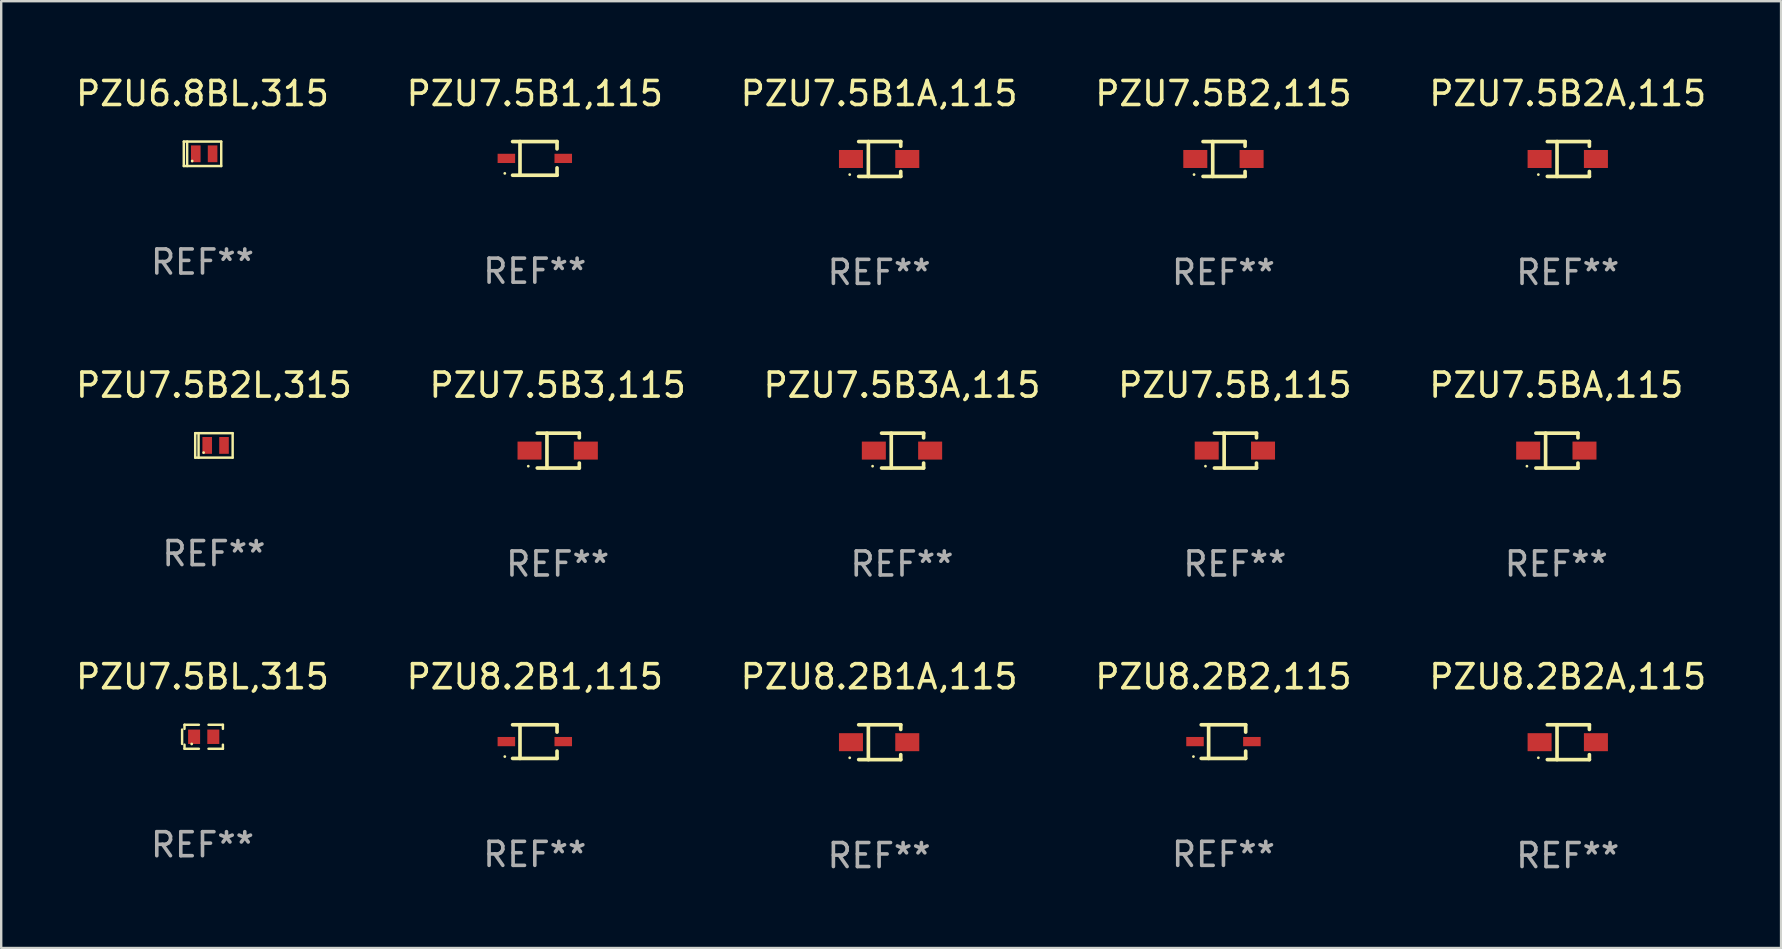
<source format=kicad_pcb>
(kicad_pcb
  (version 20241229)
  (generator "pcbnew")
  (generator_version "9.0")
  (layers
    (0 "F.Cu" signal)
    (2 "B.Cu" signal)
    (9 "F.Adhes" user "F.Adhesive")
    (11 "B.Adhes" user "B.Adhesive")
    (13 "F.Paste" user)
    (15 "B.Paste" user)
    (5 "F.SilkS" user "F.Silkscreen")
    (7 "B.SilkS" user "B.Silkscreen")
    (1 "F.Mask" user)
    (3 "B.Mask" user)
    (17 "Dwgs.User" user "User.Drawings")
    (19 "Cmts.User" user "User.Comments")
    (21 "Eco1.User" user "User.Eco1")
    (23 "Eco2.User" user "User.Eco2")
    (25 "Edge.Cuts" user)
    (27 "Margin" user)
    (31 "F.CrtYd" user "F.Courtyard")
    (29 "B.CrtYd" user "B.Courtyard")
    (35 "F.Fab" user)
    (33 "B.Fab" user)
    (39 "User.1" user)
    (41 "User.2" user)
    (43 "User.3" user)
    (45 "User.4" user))
  (footprint "PZU7.5B2A,115"
    (layer "F.Cu")
    (at 62.268 3.574)
    (property "Reference" "PZU7.5B2A,115" (at 0 -2.726 0) (layer "F.SilkS") (effects (font (size 1 1) (thickness 0.15))))
    (attr through_hole)
    (fp_line (start -0.851 -0.726) (end 0.901 -0.726) (stroke (width 0.152) (type solid)) (layer "F.SilkS"))
    (fp_line (start -0.851 0.726) (end 0.901 0.726) (stroke (width 0.152) (type solid)) (layer "F.SilkS"))
    (fp_line (start -0.447 -0.726) (end -0.447 0.726) (stroke (width 0.152) (type solid)) (layer "F.SilkS"))
    (fp_line (start 0.901 -0.726) (end 0.901 -0.53) (stroke (width 0.152) (type solid)) (layer "F.SilkS"))
    (fp_line (start 0.901 0.726) (end 0.901 0.52) (stroke (width 0.152) (type solid)) (layer "F.SilkS"))
    (fp_circle (center -1.225 0.65) (end -1.195 0.65) (stroke (width 0.06) (type solid)) (fill no) (layer "F.SilkS"))
    (fp_text user "REF**" (at 0 4.726 0) (layer "F.Fab") (effects (font (size 1 1) (thickness 0.15))))
    (pad "1" smd rect (at -1.173 0) (size 1 0.75) (layers "F.Cu" "F.Mask" "F.Paste"))
    (pad "2" smd rect (at 1.173 0) (size 1 0.75) (layers "F.Cu" "F.Mask" "F.Paste")))
  (footprint "PZU7.5B2L,315"
    (layer "F.Cu")
    (at 5.863 15.507)
    (property "Reference" "PZU7.5B2L,315" (at 0 -2.51 0) (layer "F.SilkS") (effects (font (size 1 1) (thickness 0.15))))
    (attr through_hole)
    (fp_line (start -0.78 -0.51) (end -0.78 0.51) (stroke (width 0.102) (type solid)) (layer "F.SilkS"))
    (fp_line (start -0.78 -0.51) (end 0.78 -0.51) (stroke (width 0.102) (type solid)) (layer "F.SilkS"))
    (fp_line (start -0.78 0.51) (end 0.78 0.51) (stroke (width 0.102) (type solid)) (layer "F.SilkS"))
    (fp_line (start -0.64 -0.51) (end -0.64 0.51) (stroke (width 0.102) (type solid)) (layer "F.SilkS"))
    (fp_line (start 0.78 -0.51) (end 0.78 0.51) (stroke (width 0.102) (type solid)) (layer "F.SilkS"))
    (fp_circle (center -0.43 0.3) (end -0.4 0.3) (stroke (width 0.06) (type solid)) (fill no) (layer "F.SilkS"))
    (fp_text user "REF**" (at 0 4.51 0) (layer "F.Fab") (effects (font (size 1 1) (thickness 0.15))))
    (pad "1" smd rect (at -0.28 0) (size 0.4 0.7) (layers "F.Cu" "F.Mask" "F.Paste"))
    (pad "2" smd rect (at 0.42 0) (size 0.4 0.7) (layers "F.Cu" "F.Mask" "F.Paste")))
  (footprint "PZU8.2B1A,115"
    (layer "F.Cu")
    (at 33.577 27.872)
    (property "Reference" "PZU8.2B1A,115" (at 0 -2.726 0) (layer "F.SilkS") (effects (font (size 1 1) (thickness 0.15))))
    (attr through_hole)
    (fp_line (start -0.851 -0.726) (end 0.901 -0.726) (stroke (width 0.152) (type solid)) (layer "F.SilkS"))
    (fp_line (start -0.851 0.726) (end 0.901 0.726) (stroke (width 0.152) (type solid)) (layer "F.SilkS"))
    (fp_line (start -0.447 -0.726) (end -0.447 0.726) (stroke (width 0.152) (type solid)) (layer "F.SilkS"))
    (fp_line (start 0.901 -0.726) (end 0.901 -0.53) (stroke (width 0.152) (type solid)) (layer "F.SilkS"))
    (fp_line (start 0.901 0.726) (end 0.901 0.52) (stroke (width 0.152) (type solid)) (layer "F.SilkS"))
    (fp_circle (center -1.225 0.65) (end -1.195 0.65) (stroke (width 0.06) (type solid)) (fill no) (layer "F.SilkS"))
    (fp_text user "REF**" (at 0 4.726 0) (layer "F.Fab") (effects (font (size 1 1) (thickness 0.15))))
    (pad "1" smd rect (at -1.173 0) (size 1 0.75) (layers "F.Cu" "F.Mask" "F.Paste"))
    (pad "2" smd rect (at 1.173 0) (size 1 0.75) (layers "F.Cu" "F.Mask" "F.Paste")))
  (footprint "PZU8.2B2A,115"
    (layer "F.Cu")
    (at 62.268 27.872)
    (property "Reference" "PZU8.2B2A,115" (at 0 -2.726 0) (layer "F.SilkS") (effects (font (size 1 1) (thickness 0.15))))
    (attr through_hole)
    (fp_line (start -0.851 -0.726) (end 0.901 -0.726) (stroke (width 0.152) (type solid)) (layer "F.SilkS"))
    (fp_line (start -0.851 0.726) (end 0.901 0.726) (stroke (width 0.152) (type solid)) (layer "F.SilkS"))
    (fp_line (start -0.447 -0.726) (end -0.447 0.726) (stroke (width 0.152) (type solid)) (layer "F.SilkS"))
    (fp_line (start 0.901 -0.726) (end 0.901 -0.53) (stroke (width 0.152) (type solid)) (layer "F.SilkS"))
    (fp_line (start 0.901 0.726) (end 0.901 0.52) (stroke (width 0.152) (type solid)) (layer "F.SilkS"))
    (fp_circle (center -1.225 0.65) (end -1.195 0.65) (stroke (width 0.06) (type solid)) (fill no) (layer "F.SilkS"))
    (fp_text user "REF**" (at 0 4.726 0) (layer "F.Fab") (effects (font (size 1 1) (thickness 0.15))))
    (pad "1" smd rect (at -1.173 0) (size 1 0.75) (layers "F.Cu" "F.Mask" "F.Paste"))
    (pad "2" smd rect (at 1.173 0) (size 1 0.75) (layers "F.Cu" "F.Mask" "F.Paste")))
  (footprint "PZU7.5BL,315"
    (layer "F.Cu")
    (at 5.387 27.646)
    (property "Reference" "PZU7.5BL,315" (at 0 -2.5 0) (layer "F.SilkS") (effects (font (size 1 1) (thickness 0.15))))
    (attr through_hole)
    (fp_line (start -0.85 -0.3) (end -0.85 0.3) (stroke (width 0.102) (type solid)) (layer "F.SilkS"))
    (fp_line (start -0.75 -0.5) (end -0.75 -0.329) (stroke (width 0.102) (type solid)) (layer "F.SilkS"))
    (fp_line (start -0.75 0.329) (end -0.75 0.5) (stroke (width 0.102) (type solid)) (layer "F.SilkS"))
    (fp_line (start -0.75 0.5) (end -0.15 0.5) (stroke (width 0.102) (type solid)) (layer "F.SilkS"))
    (fp_line (start -0.15 -0.5) (end -0.75 -0.5) (stroke (width 0.102) (type solid)) (layer "F.SilkS"))
    (fp_line (start 0.25 -0.5) (end 0.85 -0.5) (stroke (width 0.102) (type solid)) (layer "F.SilkS"))
    (fp_line (start 0.85 -0.5) (end 0.85 -0.33) (stroke (width 0.102) (type solid)) (layer "F.SilkS"))
    (fp_line (start 0.85 0.33) (end 0.85 0.5) (stroke (width 0.102) (type solid)) (layer "F.SilkS"))
    (fp_line (start 0.85 0.5) (end 0.25 0.5) (stroke (width 0.102) (type solid)) (layer "F.SilkS"))
    (fp_circle (center -0.45 0.3) (end -0.42 0.3) (stroke (width 0.06) (type solid)) (fill no) (layer "F.SilkS"))
    (fp_text user "REF**" (at 0 4.5 0) (layer "F.Fab") (effects (font (size 1 1) (thickness 0.15))))
    (pad "1" smd rect (at -0.35 0) (size 0.5 0.6) (layers "F.Cu" "F.Mask" "F.Paste"))
    (pad "2" smd rect (at 0.45 0) (size 0.5 0.6) (layers "F.Cu" "F.Mask" "F.Paste")))
  (footprint "PZU6.8BL,315"
    (layer "F.Cu")
    (at 5.387 3.358)
    (property "Reference" "PZU6.8BL,315" (at 0 -2.51 0) (layer "F.SilkS") (effects (font (size 1 1) (thickness 0.15))))
    (attr through_hole)
    (fp_line (start -0.78 -0.51) (end -0.78 0.51) (stroke (width 0.102) (type solid)) (layer "F.SilkS"))
    (fp_line (start -0.78 -0.51) (end 0.78 -0.51) (stroke (width 0.102) (type solid)) (layer "F.SilkS"))
    (fp_line (start -0.78 0.51) (end 0.78 0.51) (stroke (width 0.102) (type solid)) (layer "F.SilkS"))
    (fp_line (start -0.64 -0.51) (end -0.64 0.51) (stroke (width 0.102) (type solid)) (layer "F.SilkS"))
    (fp_line (start 0.78 -0.51) (end 0.78 0.51) (stroke (width 0.102) (type solid)) (layer "F.SilkS"))
    (fp_circle (center -0.43 0.3) (end -0.4 0.3) (stroke (width 0.06) (type solid)) (fill no) (layer "F.SilkS"))
    (fp_text user "REF**" (at 0 4.51 0) (layer "F.Fab") (effects (font (size 1 1) (thickness 0.15))))
    (pad "1" smd rect (at -0.28 0) (size 0.4 0.7) (layers "F.Cu" "F.Mask" "F.Paste"))
    (pad "2" smd rect (at 0.42 0) (size 0.4 0.7) (layers "F.Cu" "F.Mask" "F.Paste")))
  (footprint "PZU8.2B1,115"
    (layer "F.Cu")
    (at 19.232 27.847)
    (property "Reference" "PZU8.2B1,115" (at 0 -2.701 0) (layer "F.SilkS") (effects (font (size 1 1) (thickness 0.15))))
    (attr through_hole)
    (fp_line (start -0.926 -0.701) (end 0.926 -0.701) (stroke (width 0.152) (type solid)) (layer "F.SilkS"))
    (fp_line (start -0.926 0.701) (end 0.926 0.701) (stroke (width 0.152) (type solid)) (layer "F.SilkS"))
    (fp_line (start -0.617 -0.701) (end -0.617 0.701) (stroke (width 0.152) (type solid)) (layer "F.SilkS"))
    (fp_line (start 0.926 -0.701) (end 0.926 -0.396) (stroke (width 0.152) (type solid)) (layer "F.SilkS"))
    (fp_line (start 0.926 0.701) (end 0.926 0.396) (stroke (width 0.152) (type solid)) (layer "F.SilkS"))
    (fp_circle (center -1.25 0.625) (end -1.22 0.625) (stroke (width 0.06) (type solid)) (fill no) (layer "F.SilkS"))
    (fp_text user "REF**" (at 0 4.701 0) (layer "F.Fab") (effects (font (size 1 1) (thickness 0.15))))
    (pad "1" smd rect (at -1.185 0 180) (size 0.73 0.385) (layers "F.Cu" "F.Mask" "F.Paste"))
    (pad "2" smd rect (at 1.185 0 180) (size 0.73 0.385) (layers "F.Cu" "F.Mask" "F.Paste")))
  (footprint "PZU8.2B2,115"
    (layer "F.Cu")
    (at 47.923 27.847)
    (property "Reference" "PZU8.2B2,115" (at 0 -2.701 0) (layer "F.SilkS") (effects (font (size 1 1) (thickness 0.15))))
    (attr through_hole)
    (fp_line (start -0.926 -0.701) (end 0.926 -0.701) (stroke (width 0.152) (type solid)) (layer "F.SilkS"))
    (fp_line (start -0.926 0.701) (end 0.926 0.701) (stroke (width 0.152) (type solid)) (layer "F.SilkS"))
    (fp_line (start -0.617 -0.701) (end -0.617 0.701) (stroke (width 0.152) (type solid)) (layer "F.SilkS"))
    (fp_line (start 0.926 -0.701) (end 0.926 -0.396) (stroke (width 0.152) (type solid)) (layer "F.SilkS"))
    (fp_line (start 0.926 0.701) (end 0.926 0.396) (stroke (width 0.152) (type solid)) (layer "F.SilkS"))
    (fp_circle (center -1.25 0.625) (end -1.22 0.625) (stroke (width 0.06) (type solid)) (fill no) (layer "F.SilkS"))
    (fp_text user "REF**" (at 0 4.701 0) (layer "F.Fab") (effects (font (size 1 1) (thickness 0.15))))
    (pad "1" smd rect (at -1.185 0 180) (size 0.73 0.385) (layers "F.Cu" "F.Mask" "F.Paste"))
    (pad "2" smd rect (at 1.185 0 180) (size 0.73 0.385) (layers "F.Cu" "F.Mask" "F.Paste")))
  (footprint "PZU7.5B2,115"
    (layer "F.Cu")
    (at 47.923 3.574)
    (property "Reference" "PZU7.5B2,115" (at 0 -2.726 0) (layer "F.SilkS") (effects (font (size 1 1) (thickness 0.15))))
    (attr through_hole)
    (fp_line (start -0.851 -0.726) (end 0.901 -0.726) (stroke (width 0.152) (type solid)) (layer "F.SilkS"))
    (fp_line (start -0.851 0.726) (end 0.901 0.726) (stroke (width 0.152) (type solid)) (layer "F.SilkS"))
    (fp_line (start -0.447 -0.726) (end -0.447 0.726) (stroke (width 0.152) (type solid)) (layer "F.SilkS"))
    (fp_line (start 0.901 -0.726) (end 0.901 -0.53) (stroke (width 0.152) (type solid)) (layer "F.SilkS"))
    (fp_line (start 0.901 0.726) (end 0.901 0.52) (stroke (width 0.152) (type solid)) (layer "F.SilkS"))
    (fp_circle (center -1.225 0.65) (end -1.195 0.65) (stroke (width 0.06) (type solid)) (fill no) (layer "F.SilkS"))
    (fp_text user "REF**" (at 0 4.726 0) (layer "F.Fab") (effects (font (size 1 1) (thickness 0.15))))
    (pad "1" smd rect (at -1.173 0) (size 1 0.75) (layers "F.Cu" "F.Mask" "F.Paste"))
    (pad "2" smd rect (at 1.173 0) (size 1 0.75) (layers "F.Cu" "F.Mask" "F.Paste")))
  (footprint "PZU7.5B1,115"
    (layer "F.Cu")
    (at 19.232 3.549)
    (property "Reference" "PZU7.5B1,115" (at 0 -2.701 0) (layer "F.SilkS") (effects (font (size 1 1) (thickness 0.15))))
    (attr through_hole)
    (fp_line (start -0.926 -0.701) (end 0.926 -0.701) (stroke (width 0.152) (type solid)) (layer "F.SilkS"))
    (fp_line (start -0.926 0.701) (end 0.926 0.701) (stroke (width 0.152) (type solid)) (layer "F.SilkS"))
    (fp_line (start -0.617 -0.701) (end -0.617 0.701) (stroke (width 0.152) (type solid)) (layer "F.SilkS"))
    (fp_line (start 0.926 -0.701) (end 0.926 -0.396) (stroke (width 0.152) (type solid)) (layer "F.SilkS"))
    (fp_line (start 0.926 0.701) (end 0.926 0.396) (stroke (width 0.152) (type solid)) (layer "F.SilkS"))
    (fp_circle (center -1.25 0.625) (end -1.22 0.625) (stroke (width 0.06) (type solid)) (fill no) (layer "F.SilkS"))
    (fp_text user "REF**" (at 0 4.701 0) (layer "F.Fab") (effects (font (size 1 1) (thickness 0.15))))
    (pad "1" smd rect (at -1.185 0 180) (size 0.73 0.385) (layers "F.Cu" "F.Mask" "F.Paste"))
    (pad "2" smd rect (at 1.185 0 180) (size 0.73 0.385) (layers "F.Cu" "F.Mask" "F.Paste")))
  (footprint "PZU7.5B3,115"
    (layer "F.Cu")
    (at 20.185 15.723)
    (property "Reference" "PZU7.5B3,115" (at 0 -2.726 0) (layer "F.SilkS") (effects (font (size 1 1) (thickness 0.15))))
    (attr through_hole)
    (fp_line (start -0.851 -0.726) (end 0.901 -0.726) (stroke (width 0.152) (type solid)) (layer "F.SilkS"))
    (fp_line (start -0.851 0.726) (end 0.901 0.726) (stroke (width 0.152) (type solid)) (layer "F.SilkS"))
    (fp_line (start -0.447 -0.726) (end -0.447 0.726) (stroke (width 0.152) (type solid)) (layer "F.SilkS"))
    (fp_line (start 0.901 -0.726) (end 0.901 -0.53) (stroke (width 0.152) (type solid)) (layer "F.SilkS"))
    (fp_line (start 0.901 0.726) (end 0.901 0.52) (stroke (width 0.152) (type solid)) (layer "F.SilkS"))
    (fp_circle (center -1.225 0.65) (end -1.195 0.65) (stroke (width 0.06) (type solid)) (fill no) (layer "F.SilkS"))
    (fp_text user "REF**" (at 0 4.726 0) (layer "F.Fab") (effects (font (size 1 1) (thickness 0.15))))
    (pad "1" smd rect (at -1.173 0) (size 1 0.75) (layers "F.Cu" "F.Mask" "F.Paste"))
    (pad "2" smd rect (at 1.173 0) (size 1 0.75) (layers "F.Cu" "F.Mask" "F.Paste")))
  (footprint "PZU7.5B3A,115"
    (layer "F.Cu")
    (at 34.53 15.723)
    (property "Reference" "PZU7.5B3A,115" (at 0 -2.726 0) (layer "F.SilkS") (effects (font (size 1 1) (thickness 0.15))))
    (attr through_hole)
    (fp_line (start -0.851 -0.726) (end 0.901 -0.726) (stroke (width 0.152) (type solid)) (layer "F.SilkS"))
    (fp_line (start -0.851 0.726) (end 0.901 0.726) (stroke (width 0.152) (type solid)) (layer "F.SilkS"))
    (fp_line (start -0.447 -0.726) (end -0.447 0.726) (stroke (width 0.152) (type solid)) (layer "F.SilkS"))
    (fp_line (start 0.901 -0.726) (end 0.901 -0.53) (stroke (width 0.152) (type solid)) (layer "F.SilkS"))
    (fp_line (start 0.901 0.726) (end 0.901 0.52) (stroke (width 0.152) (type solid)) (layer "F.SilkS"))
    (fp_circle (center -1.225 0.65) (end -1.195 0.65) (stroke (width 0.06) (type solid)) (fill no) (layer "F.SilkS"))
    (fp_text user "REF**" (at 0 4.726 0) (layer "F.Fab") (effects (font (size 1 1) (thickness 0.15))))
    (pad "1" smd rect (at -1.173 0) (size 1 0.75) (layers "F.Cu" "F.Mask" "F.Paste"))
    (pad "2" smd rect (at 1.173 0) (size 1 0.75) (layers "F.Cu" "F.Mask" "F.Paste")))
  (footprint "PZU7.5BA,115"
    (layer "F.Cu")
    (at 61.792 15.723)
    (property "Reference" "PZU7.5BA,115" (at 0 -2.726 0) (layer "F.SilkS") (effects (font (size 1 1) (thickness 0.15))))
    (attr through_hole)
    (fp_line (start -0.851 -0.726) (end 0.901 -0.726) (stroke (width 0.152) (type solid)) (layer "F.SilkS"))
    (fp_line (start -0.851 0.726) (end 0.901 0.726) (stroke (width 0.152) (type solid)) (layer "F.SilkS"))
    (fp_line (start -0.447 -0.726) (end -0.447 0.726) (stroke (width 0.152) (type solid)) (layer "F.SilkS"))
    (fp_line (start 0.901 -0.726) (end 0.901 -0.53) (stroke (width 0.152) (type solid)) (layer "F.SilkS"))
    (fp_line (start 0.901 0.726) (end 0.901 0.52) (stroke (width 0.152) (type solid)) (layer "F.SilkS"))
    (fp_circle (center -1.225 0.65) (end -1.195 0.65) (stroke (width 0.06) (type solid)) (fill no) (layer "F.SilkS"))
    (fp_text user "REF**" (at 0 4.726 0) (layer "F.Fab") (effects (font (size 1 1) (thickness 0.15))))
    (pad "1" smd rect (at -1.173 0) (size 1 0.75) (layers "F.Cu" "F.Mask" "F.Paste"))
    (pad "2" smd rect (at 1.173 0) (size 1 0.75) (layers "F.Cu" "F.Mask" "F.Paste")))
  (footprint "PZU7.5B,115"
    (layer "F.Cu")
    (at 48.399 15.723)
    (property "Reference" "PZU7.5B,115" (at 0 -2.726 0) (layer "F.SilkS") (effects (font (size 1 1) (thickness 0.15))))
    (attr through_hole)
    (fp_line (start -0.851 -0.726) (end 0.901 -0.726) (stroke (width 0.152) (type solid)) (layer "F.SilkS"))
    (fp_line (start -0.851 0.726) (end 0.901 0.726) (stroke (width 0.152) (type solid)) (layer "F.SilkS"))
    (fp_line (start -0.447 -0.726) (end -0.447 0.726) (stroke (width 0.152) (type solid)) (layer "F.SilkS"))
    (fp_line (start 0.901 -0.726) (end 0.901 -0.53) (stroke (width 0.152) (type solid)) (layer "F.SilkS"))
    (fp_line (start 0.901 0.726) (end 0.901 0.52) (stroke (width 0.152) (type solid)) (layer "F.SilkS"))
    (fp_circle (center -1.225 0.65) (end -1.195 0.65) (stroke (width 0.06) (type solid)) (fill no) (layer "F.SilkS"))
    (fp_text user "REF**" (at 0 4.726 0) (layer "F.Fab") (effects (font (size 1 1) (thickness 0.15))))
    (pad "1" smd rect (at -1.173 0) (size 1 0.75) (layers "F.Cu" "F.Mask" "F.Paste"))
    (pad "2" smd rect (at 1.173 0) (size 1 0.75) (layers "F.Cu" "F.Mask" "F.Paste")))
  (footprint "PZU7.5B1A,115"
    (layer "F.Cu")
    (at 33.577 3.574)
    (property "Reference" "PZU7.5B1A,115" (at 0 -2.726 0) (layer "F.SilkS") (effects (font (size 1 1) (thickness 0.15))))
    (attr through_hole)
    (fp_line (start -0.851 -0.726) (end 0.901 -0.726) (stroke (width 0.152) (type solid)) (layer "F.SilkS"))
    (fp_line (start -0.851 0.726) (end 0.901 0.726) (stroke (width 0.152) (type solid)) (layer "F.SilkS"))
    (fp_line (start -0.447 -0.726) (end -0.447 0.726) (stroke (width 0.152) (type solid)) (layer "F.SilkS"))
    (fp_line (start 0.901 -0.726) (end 0.901 -0.53) (stroke (width 0.152) (type solid)) (layer "F.SilkS"))
    (fp_line (start 0.901 0.726) (end 0.901 0.52) (stroke (width 0.152) (type solid)) (layer "F.SilkS"))
    (fp_circle (center -1.225 0.65) (end -1.195 0.65) (stroke (width 0.06) (type solid)) (fill no) (layer "F.SilkS"))
    (fp_text user "REF**" (at 0 4.726 0) (layer "F.Fab") (effects (font (size 1 1) (thickness 0.15))))
    (pad "1" smd rect (at -1.173 0) (size 1 0.75) (layers "F.Cu" "F.Mask" "F.Paste"))
    (pad "2" smd rect (at 1.173 0) (size 1 0.75) (layers "F.Cu" "F.Mask" "F.Paste")))
  (gr_rect
    (start -3 -3)
    (end 71.155 36.447)
    (stroke (width 0.1) (type default))
    (fill no)
    (layer "Edge.Cuts")))
</source>
